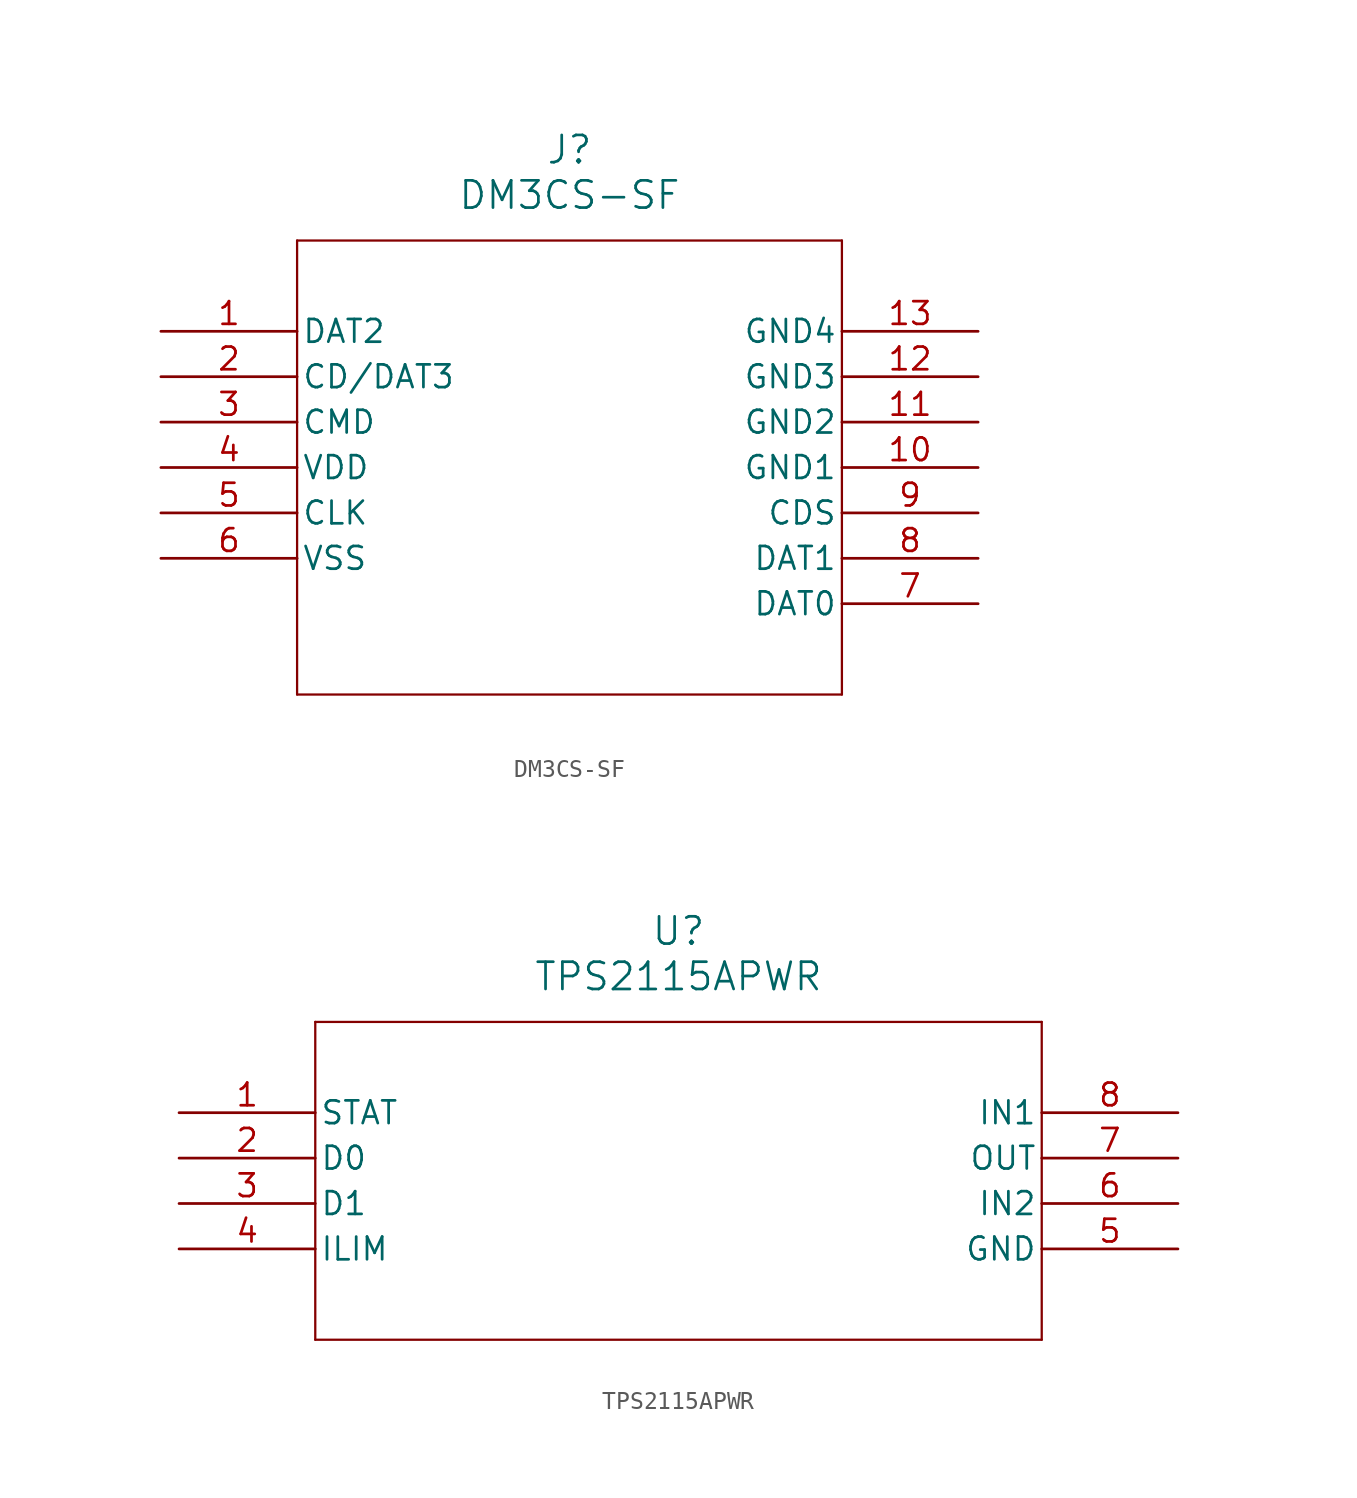
<source format=kicad_sym>
(kicad_symbol_lib
  (version 20220914)
  (generator kicad_symbol_editor)
  (symbol "DM3CS-SF"
    (pin_names
      (offset 0.254))
    (property "Reference" "J"
      (at 22.86 10.16 0)
      (effects (font (size 1.524 1.524))))
    (property "Value" "DM3CS-SF"
      (at 22.86 7.62 0)
      (effects (font (size 1.524 1.524))))
    (property "ki_locked" ""
      (at 0 0 0)
      (effects (font (size 1.27 1.27))))
    (symbol "DM3CS-SF_0_1"
      (polyline (pts (xy 7.62 -20.32) (xy 38.1 -20.32)) (stroke (width 0.127) (type default)) (fill (type none)))
      (polyline (pts (xy 7.62 5.08) (xy 7.62 -20.32)) (stroke (width 0.127) (type default)) (fill (type none)))
      (polyline (pts (xy 38.1 -20.32) (xy 38.1 5.08)) (stroke (width 0.127) (type default)) (fill (type none)))
      (polyline (pts (xy 38.1 5.08) (xy 7.62 5.08)) (stroke (width 0.127) (type default)) (fill (type none)))
      (pin bidirectional line (at 0 0 0) (length 7.62) (name "DAT2" (effects (font (size 1.27 1.27)))) (number "1" (effects (font (size 1.27 1.27)))))
      (pin power_out line (at 45.72 -7.62 180) (length 7.62) (name "GND1" (effects (font (size 1.27 1.27)))) (number "10" (effects (font (size 1.27 1.27)))))
      (pin power_out line (at 45.72 -5.08 180) (length 7.62) (name "GND2" (effects (font (size 1.27 1.27)))) (number "11" (effects (font (size 1.27 1.27)))))
      (pin power_out line (at 45.72 -2.54 180) (length 7.62) (name "GND3" (effects (font (size 1.27 1.27)))) (number "12" (effects (font (size 1.27 1.27)))))
      (pin power_out line (at 45.72 0 180) (length 7.62) (name "GND4" (effects (font (size 1.27 1.27)))) (number "13" (effects (font (size 1.27 1.27)))))
      (pin unspecified line (at 0 -2.54 0) (length 7.62) (name "CD/DAT3" (effects (font (size 1.27 1.27)))) (number "2" (effects (font (size 1.27 1.27)))))
      (pin unspecified line (at 0 -5.08 0) (length 7.62) (name "CMD" (effects (font (size 1.27 1.27)))) (number "3" (effects (font (size 1.27 1.27)))))
      (pin power_in line (at 0 -7.62 0) (length 7.62) (name "VDD" (effects (font (size 1.27 1.27)))) (number "4" (effects (font (size 1.27 1.27)))))
      (pin unspecified line (at 0 -10.16 0) (length 7.62) (name "CLK" (effects (font (size 1.27 1.27)))) (number "5" (effects (font (size 1.27 1.27)))))
      (pin power_out line (at 0 -12.7 0) (length 7.62) (name "VSS" (effects (font (size 1.27 1.27)))) (number "6" (effects (font (size 1.27 1.27)))))
      (pin bidirectional line (at 45.72 -15.24 180) (length 7.62) (name "DAT0" (effects (font (size 1.27 1.27)))) (number "7" (effects (font (size 1.27 1.27)))))
      (pin bidirectional line (at 45.72 -12.7 180) (length 7.62) (name "DAT1" (effects (font (size 1.27 1.27)))) (number "8" (effects (font (size 1.27 1.27)))))
      (pin unspecified line (at 45.72 -10.16 180) (length 7.62) (name "CDS" (effects (font (size 1.27 1.27)))) (number "9" (effects (font (size 1.27 1.27)))))))
  (symbol "TPS2115APWR"
    (pin_names
      (offset 0.254))
    (property "Reference" "U"
      (at 27.94 10.16 0)
      (effects (font (size 1.524 1.524))))
    (property "Value" "TPS2115APWR"
      (at 27.94 7.62 0)
      (effects (font (size 1.524 1.524))))
    (property "ki_locked" ""
      (at 0 0 0)
      (effects (font (size 1.27 1.27))))
    (symbol "TPS2115APWR_0_1"
      (polyline (pts (xy 7.62 -12.7) (xy 48.26 -12.7)) (stroke (width 0.127) (type default)) (fill (type none)))
      (polyline (pts (xy 7.62 5.08) (xy 7.62 -12.7)) (stroke (width 0.127) (type default)) (fill (type none)))
      (polyline (pts (xy 48.26 -12.7) (xy 48.26 5.08)) (stroke (width 0.127) (type default)) (fill (type none)))
      (polyline (pts (xy 48.26 5.08) (xy 7.62 5.08)) (stroke (width 0.127) (type default)) (fill (type none)))
      (pin output line (at 0 0 0) (length 7.62) (name "STAT" (effects (font (size 1.27 1.27)))) (number "1" (effects (font (size 1.27 1.27)))))
      (pin input line (at 0 -2.54 0) (length 7.62) (name "D0" (effects (font (size 1.27 1.27)))) (number "2" (effects (font (size 1.27 1.27)))))
      (pin input line (at 0 -5.08 0) (length 7.62) (name "D1" (effects (font (size 1.27 1.27)))) (number "3" (effects (font (size 1.27 1.27)))))
      (pin input line (at 0 -7.62 0) (length 7.62) (name "ILIM" (effects (font (size 1.27 1.27)))) (number "4" (effects (font (size 1.27 1.27)))))
      (pin power_in line (at 55.88 -7.62 180) (length 7.62) (name "GND" (effects (font (size 1.27 1.27)))) (number "5" (effects (font (size 1.27 1.27)))))
      (pin input line (at 55.88 -5.08 180) (length 7.62) (name "IN2" (effects (font (size 1.27 1.27)))) (number "6" (effects (font (size 1.27 1.27)))))
      (pin output line (at 55.88 -2.54 180) (length 7.62) (name "OUT" (effects (font (size 1.27 1.27)))) (number "7" (effects (font (size 1.27 1.27)))))
      (pin input line (at 55.88 0 180) (length 7.62) (name "IN1" (effects (font (size 1.27 1.27)))) (number "8" (effects (font (size 1.27 1.27))))))))
</source>
